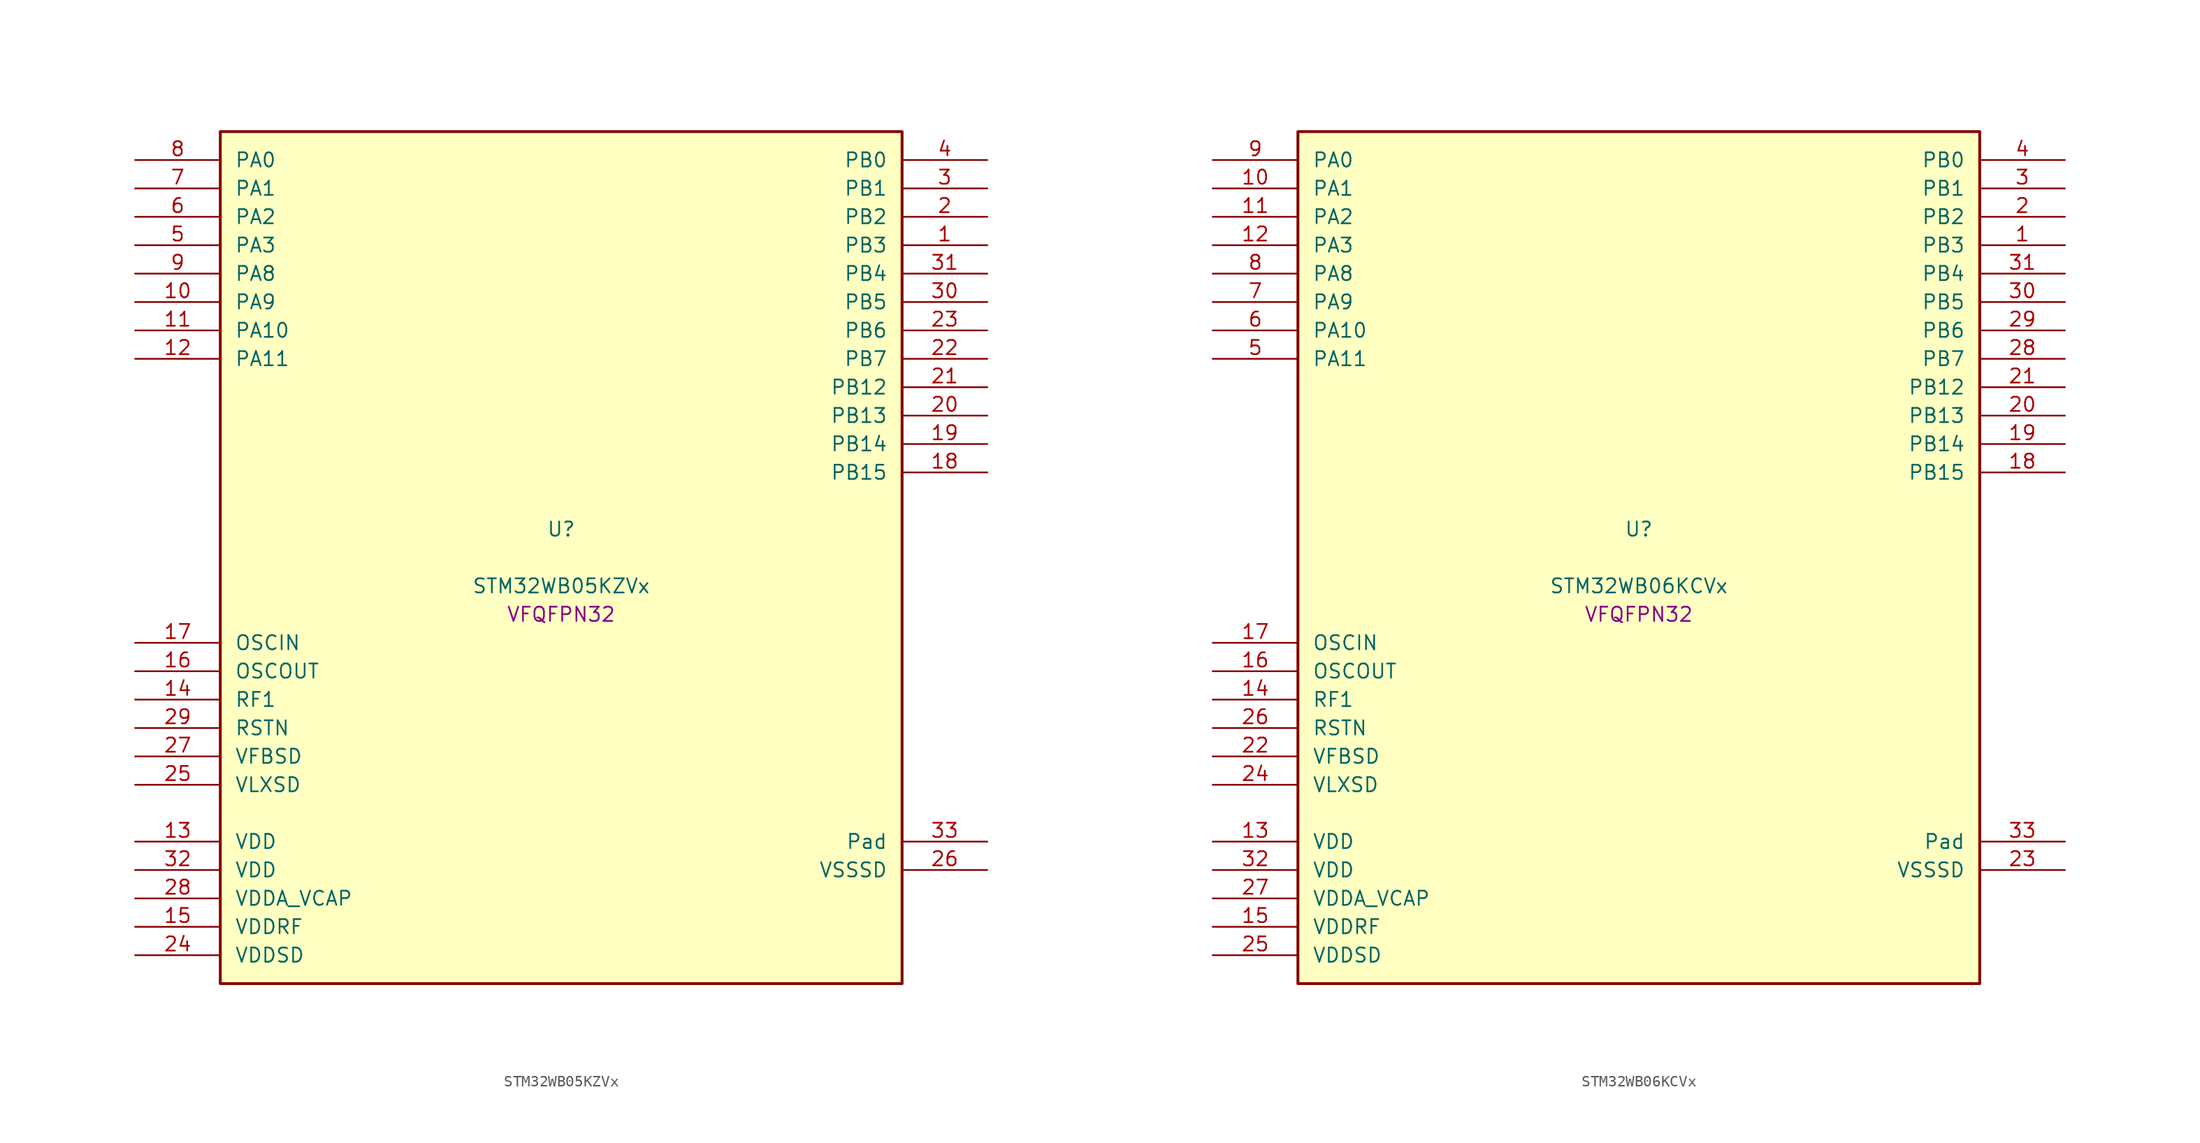
<source format=kicad_sym>
(kicad_symbol_lib
  (version 20241209)
  (generator "stm32_pkl_generator")
  (generator_version "1.0")
  (symbol "STM32WB05KZVx"
    (pin_names
      (offset 1.27))
    (property "Reference" "U"
      (at 0 2.54 0))
    (property "Value" "STM32WB05KZVx"
      (at 0 -2.54 0))
    (property "Footprint" "VFQFPN32"
      (at 0 -5.08 0))
    (symbol "STM32WB05KZVx_1_1"
      (rectangle (start -30.48 38.1) (end 30.48 -38.1) (stroke (width 0.254) (type solid)) (fill (type background)))
      (pin bidirectional line (at -38.1 35.56 0) (length 7.62) (name "PA0") (number "8") (alternate "PA0/I2C1_SCL" bidirectional line) (alternate "PA0/IR_OUT" bidirectional line) (alternate "PA0/PWR_WKUP12" bidirectional line) (alternate "PA0/TIM2_CH3" bidirectional line) (alternate "PA0/USART1_CTS" bidirectional line))
      (pin bidirectional line (at -38.1 33.02 0) (length 7.62) (name "PA1") (number "7") (alternate "PA1/I2C1_SDA" bidirectional line) (alternate "PA1/IR_OUT" bidirectional line) (alternate "PA1/PWR_WKUP13" bidirectional line) (alternate "PA1/TIM2_CH4" bidirectional line) (alternate "PA1/USART1_TX" bidirectional line))
      (pin bidirectional line (at -38.1 30.48 0) (length 7.62) (name "PA2") (number "6") (alternate "PA2/ADC1_VINM2" bidirectional line) (alternate "PA2/DEBUG_SWDIO" bidirectional line) (alternate "PA2/I2S3_MCK" bidirectional line) (alternate "PA2/PWR_WKUP14" bidirectional line) (alternate "PA2/TIM16_CH1" bidirectional line) (alternate "PA2/TIM2_CH1" bidirectional line) (alternate "PA2/USART1_CK" bidirectional line))
      (pin bidirectional line (at -38.1 27.94 0) (length 7.62) (name "PA3") (number "5") (alternate "PA3/ADC1_VINP2" bidirectional line) (alternate "PA3/DEBUG_SWCLK" bidirectional line) (alternate "PA3/I2S3_SCK" bidirectional line) (alternate "PA3/PWR_WKUP15" bidirectional line) (alternate "PA3/SPI3_SCK" bidirectional line) (alternate "PA3/TIM16_CH1N" bidirectional line) (alternate "PA3/TIM2_CH2" bidirectional line) (alternate "PA3/USART1_DE" bidirectional line) (alternate "PA3/USART1_RTS" bidirectional line))
      (pin bidirectional line (at -38.1 25.4 0) (length 7.62) (name "PA8") (number "9") (alternate "PA8/PWR_WKUP8" bidirectional line) (alternate "PA8/RADIO_RX_SEQUENCE" bidirectional line) (alternate "PA8/RTC_OUT" bidirectional line) (alternate "PA8/SPI3_MISO" bidirectional line) (alternate "PA8/TIM16_BK" bidirectional line) (alternate "PA8/TIM2_CH3" bidirectional line) (alternate "PA8/USART1_RX" bidirectional line))
      (pin bidirectional line (at -38.1 22.86 0) (length 7.62) (name "PA9") (number "10") (alternate "PA9/I2S3_WS" bidirectional line) (alternate "PA9/PWR_WKUP9" bidirectional line) (alternate "PA9/RTC_OUT" bidirectional line) (alternate "PA9/SPI3_NSS" bidirectional line) (alternate "PA9/TIM17_CH1" bidirectional line) (alternate "PA9/TIM2_CH4" bidirectional line) (alternate "PA9/USART1_TX" bidirectional line))
      (pin bidirectional line (at -38.1 20.32 0) (length 7.62) (name "PA10") (number "11") (alternate "PA10/I2S3_MCK" bidirectional line) (alternate "PA10/LPUART1_CTS" bidirectional line) (alternate "PA10/PWR_WKUP10" bidirectional line) (alternate "PA10/RADIO_TX_SEQUENCE" bidirectional line) (alternate "PA10/RCC_LCO" bidirectional line) (alternate "PA10/TIM17_CH1N" bidirectional line))
      (pin bidirectional line (at -38.1 17.78 0) (length 7.62) (name "PA11") (number "12") (alternate "PA11/I2S3_SD" bidirectional line) (alternate "PA11/PWR_WKUP11" bidirectional line) (alternate "PA11/RADIO_RX_SEQUENCE" bidirectional line) (alternate "PA11/RCC_MCO" bidirectional line) (alternate "PA11/SPI3_MOSI" bidirectional line) (alternate "PA11/TIM17_BK" bidirectional line))
      (pin bidirectional line (at 38.1 35.56 180) (length 7.62) (name "PB0") (number "4") (alternate "PB0/ADC1_VINM1" bidirectional line) (alternate "PB0/LPUART1_DE" bidirectional line) (alternate "PB0/LPUART1_RTS" bidirectional line) (alternate "PB0/PWR_WKUP0" bidirectional line) (alternate "PB0/RADIO_ANTENNA_ID_0" bidirectional line) (alternate "PB0/TIM16_CH1" bidirectional line) (alternate "PB0/USART1_RX" bidirectional line))
      (pin bidirectional line (at 38.1 33.02 180) (length 7.62) (name "PB1") (number "3") (alternate "PB1/ADC1_VINP1" bidirectional line) (alternate "PB1/PWR_WKUP1" bidirectional line) (alternate "PB1/RADIO_ANTENNA_ID_1" bidirectional line) (alternate "PB1/TIM16_CH1N" bidirectional line) (alternate "PB1/TIM2_ETR" bidirectional line) (alternate "PB1/USART1_CK" bidirectional line))
      (pin bidirectional line (at 38.1 30.48 180) (length 7.62) (name "PB2") (number "2") (alternate "PB2/ADC1_VINM0" bidirectional line) (alternate "PB2/PWR_WKUP2" bidirectional line) (alternate "PB2/RADIO_ANTENNA_ID_2" bidirectional line) (alternate "PB2/TIM16_BK" bidirectional line) (alternate "PB2/TIM2_CH3" bidirectional line) (alternate "PB2/USART1_DE" bidirectional line) (alternate "PB2/USART1_RTS" bidirectional line))
      (pin bidirectional line (at 38.1 27.94 180) (length 7.62) (name "PB3") (number "1") (alternate "PB3/ADC1_VINP0" bidirectional line) (alternate "PB3/I2S3_SCK" bidirectional line) (alternate "PB3/LPUART1_TX" bidirectional line) (alternate "PB3/PWR_WKUP3" bidirectional line) (alternate "PB3/RADIO_ANTENNA_ID_3" bidirectional line) (alternate "PB3/SPI3_SCK" bidirectional line) (alternate "PB3/TIM17_CH1" bidirectional line) (alternate "PB3/TIM2_CH4" bidirectional line) (alternate "PB3/USART1_CTS" bidirectional line))
      (pin bidirectional line (at 38.1 25.4 180) (length 7.62) (name "PB4") (number "31") (alternate "PB4/ADC1_VINM3" bidirectional line) (alternate "PB4/LPUART1_TX" bidirectional line) (alternate "PB4/PWR_WKUP4" bidirectional line) (alternate "PB4/RADIO_ANTENNA_ID_4" bidirectional line) (alternate "PB4/TIM17_CH1N" bidirectional line) (alternate "PB4/TIM2_CH1" bidirectional line))
      (pin bidirectional line (at 38.1 22.86 180) (length 7.62) (name "PB5") (number "30") (alternate "PB5/ADC1_VINP3" bidirectional line) (alternate "PB5/LPUART1_RX" bidirectional line) (alternate "PB5/PWR_WKUP5" bidirectional line) (alternate "PB5/RADIO_ANTENNA_ID_5" bidirectional line) (alternate "PB5/TIM17_BK" bidirectional line) (alternate "PB5/TIM2_CH2" bidirectional line))
      (pin bidirectional line (at 38.1 20.32 180) (length 7.62) (name "PB6") (number "23") (alternate "PB6/I2C1_SCL" bidirectional line) (alternate "PB6/LPUART1_TX" bidirectional line) (alternate "PB6/PWR_WKUP6" bidirectional line) (alternate "PB6/RADIO_ANTENNA_ID_6" bidirectional line) (alternate "PB6/TIM17_CH1" bidirectional line) (alternate "PB6/TIM2_CH1" bidirectional line))
      (pin bidirectional line (at 38.1 17.78 180) (length 7.62) (name "PB7") (number "22") (alternate "PB7/I2C1_SDA" bidirectional line) (alternate "PB7/LPUART1_RX" bidirectional line) (alternate "PB7/PWR_WKUP7" bidirectional line) (alternate "PB7/RADIO_ACTIVITY" bidirectional line) (alternate "PB7/TIM2_CH2" bidirectional line) (alternate "PB7/USART1_CTS" bidirectional line))
      (pin bidirectional line (at 38.1 15.24 180) (length 7.62) (name "PB12") (number "21") (alternate "PB12/LPUART1_CTS" bidirectional line) (alternate "PB12/PWR_WKUP16" bidirectional line) (alternate "PB12/RCC_LCO" bidirectional line) (alternate "PB12/RCC_OSC32_OUT" bidirectional line) (alternate "PB12/TIM2_CH3" bidirectional line))
      (pin bidirectional line (at 38.1 12.7 180) (length 7.62) (name "PB13") (number "20") (alternate "PB13/PWR_WKUP17" bidirectional line) (alternate "PB13/RCC_OSC32_IN" bidirectional line) (alternate "PB13/TIM2_CH4" bidirectional line))
      (pin bidirectional line (at 38.1 10.16 180) (length 7.62) (name "PB14") (number "19") (alternate "PB14/I2C1_SDA" bidirectional line) (alternate "PB14/PWR_PVD_IN" bidirectional line) (alternate "PB14/PWR_WKUP18" bidirectional line) (alternate "PB14/RADIO_TX_SEQUENCE" bidirectional line) (alternate "PB14/RCC_MCO" bidirectional line) (alternate "PB14/TIM2_ETR" bidirectional line) (alternate "PB14/USART1_RX" bidirectional line))
      (pin bidirectional line (at 38.1 7.62 180) (length 7.62) (name "PB15") (number "18") (alternate "PB15/PWR_WKUP19" bidirectional line) (alternate "PB15/USART1_TX" bidirectional line))
      (pin bidirectional line (at -38.1 -7.62 0) (length 7.62) (name "OSCIN") (number "17") (alternate "OSCIN/RCC_OSC_IN" bidirectional line))
      (pin bidirectional line (at -38.1 -10.16 0) (length 7.62) (name "OSCOUT") (number "16") (alternate "OSCOUT/RCC_OSC_OUT" bidirectional line))
      (pin bidirectional line (at -38.1 -12.7 0) (length 7.62) (name "RF1") (number "14") (alternate "RF1/RADIO_RF1" bidirectional line))
      (pin power_in line (at -38.1 -15.24 0) (length 7.62) (name "RSTN") (number "29"))
      (pin power_in line (at -38.1 -17.78 0) (length 7.62) (name "VFBSD") (number "27"))
      (pin power_in line (at -38.1 -20.32 0) (length 7.62) (name "VLXSD") (number "25"))
      (pin power_in line (at -38.1 -25.4 0) (length 7.62) (name "VDD") (number "13"))
      (pin power_in line (at -38.1 -27.94 0) (length 7.62) (name "VDD") (number "32"))
      (pin power_in line (at -38.1 -30.48 0) (length 7.62) (name "VDDA_VCAP") (number "28"))
      (pin power_in line (at -38.1 -33.02 0) (length 7.62) (name "VDDRF") (number "15"))
      (pin power_in line (at -38.1 -35.56 0) (length 7.62) (name "VDDSD") (number "24"))
      (pin passive line (at 38.1 -25.4 180) (length 7.62) (name "Pad") (number "33"))
      (pin power_in line (at 38.1 -27.94 180) (length 7.62) (name "VSSSD") (number "26"))))
  (symbol "STM32WB06KCVx"
    (pin_names
      (offset 1.27))
    (property "Reference" "U"
      (at 0 2.54 0))
    (property "Value" "STM32WB06KCVx"
      (at 0 -2.54 0))
    (property "Footprint" "VFQFPN32"
      (at 0 -5.08 0))
    (symbol "STM32WB06KCVx_1_1"
      (rectangle (start -30.48 38.1) (end 30.48 -38.1) (stroke (width 0.254) (type solid)) (fill (type background)))
      (pin bidirectional line (at -38.1 35.56 0) (length 7.62) (name "PA0") (number "9") (alternate "PA0/I2C1_SCL" bidirectional line) (alternate "PA0/I2S2_MCK" bidirectional line) (alternate "PA0/PWR_WKUP12" bidirectional line) (alternate "PA0/TIM1_CH3" bidirectional line) (alternate "PA0/USART1_CTS" bidirectional line))
      (pin bidirectional line (at -38.1 33.02 0) (length 7.62) (name "PA1") (number "10") (alternate "PA1/I2C1_SDA" bidirectional line) (alternate "PA1/PWR_WKUP13" bidirectional line) (alternate "PA1/SPI2_MISO" bidirectional line) (alternate "PA1/TIM1_CH4" bidirectional line) (alternate "PA1/USART1_TX" bidirectional line))
      (pin bidirectional line (at -38.1 30.48 0) (length 7.62) (name "PA2") (number "11") (alternate "PA2/DEBUG_SWDIO" bidirectional line) (alternate "PA2/I2S3_MCK" bidirectional line) (alternate "PA2/PWR_WKUP14" bidirectional line) (alternate "PA2/USART1_CK" bidirectional line))
      (pin bidirectional line (at -38.1 27.94 0) (length 7.62) (name "PA3") (number "12") (alternate "PA3/DEBUG_SWCLK" bidirectional line) (alternate "PA3/I2S3_SCK" bidirectional line) (alternate "PA3/PWR_WKUP15" bidirectional line) (alternate "PA3/SPI3_SCK" bidirectional line) (alternate "PA3/TIM1_BKIN2" bidirectional line) (alternate "PA3/USART1_DE" bidirectional line) (alternate "PA3/USART1_RTS" bidirectional line))
      (pin bidirectional line (at -38.1 25.4 0) (length 7.62) (name "PA8") (number "8") (alternate "PA8/PWR_WKUP8" bidirectional line) (alternate "PA8/PWR_WKUP20" bidirectional line) (alternate "PA8/RADIO_RX_SEQUENCE" bidirectional line) (alternate "PA8/RTC_OUT" bidirectional line) (alternate "PA8/SPI1_MOSI" bidirectional line) (alternate "PA8/SPI3_MISO" bidirectional line) (alternate "PA8/TIM1_CH3" bidirectional line) (alternate "PA8/USART1_RX" bidirectional line))
      (pin bidirectional line (at -38.1 22.86 0) (length 7.62) (name "PA9") (number "7") (alternate "PA9/I2S3_WS" bidirectional line) (alternate "PA9/PWR_WKUP9" bidirectional line) (alternate "PA9/PWR_WKUP21" bidirectional line) (alternate "PA9/RTC_OUT" bidirectional line) (alternate "PA9/SPI1_SCK" bidirectional line) (alternate "PA9/SPI3_NSS" bidirectional line) (alternate "PA9/TIM1_CH4" bidirectional line) (alternate "PA9/USART1_TX" bidirectional line))
      (pin bidirectional line (at -38.1 20.32 0) (length 7.62) (name "PA10") (number "6") (alternate "PA10/I2S3_MCK" bidirectional line) (alternate "PA10/PWR_WKUP10" bidirectional line) (alternate "PA10/PWR_WKUP22" bidirectional line) (alternate "PA10/RADIO_TX_SEQUENCE" bidirectional line) (alternate "PA10/RCC_LCO" bidirectional line) (alternate "PA10/SPI1_MISO" bidirectional line))
      (pin bidirectional line (at -38.1 17.78 0) (length 7.62) (name "PA11") (number "5") (alternate "PA11/I2S3_SD" bidirectional line) (alternate "PA11/PWR_WKUP11" bidirectional line) (alternate "PA11/PWR_WKUP23" bidirectional line) (alternate "PA11/RADIO_RX_SEQUENCE" bidirectional line) (alternate "PA11/RCC_MCO" bidirectional line) (alternate "PA11/RTC_OUT" bidirectional line) (alternate "PA11/SPI1_NSS" bidirectional line) (alternate "PA11/SPI3_MOSI" bidirectional line))
      (pin bidirectional line (at 38.1 35.56 180) (length 7.62) (name "PB0") (number "4") (alternate "PB0/ADC1_VINM1" bidirectional line) (alternate "PB0/LPUART1_DE" bidirectional line) (alternate "PB0/LPUART1_RTS" bidirectional line) (alternate "PB0/PWR_WKUP0" bidirectional line) (alternate "PB0/TIM1_CH2N" bidirectional line) (alternate "PB0/USART1_RX" bidirectional line))
      (pin bidirectional line (at 38.1 33.02 180) (length 7.62) (name "PB1") (number "3") (alternate "PB1/ADC1_PDM_CLK" bidirectional line) (alternate "PB1/ADC1_VINP1" bidirectional line) (alternate "PB1/PWR_WKUP1" bidirectional line) (alternate "PB1/SPI1_NSS" bidirectional line) (alternate "PB1/TIM1_ETR" bidirectional line))
      (pin bidirectional line (at 38.1 30.48 180) (length 7.62) (name "PB2") (number "2") (alternate "PB2/ADC1_PDM_DATA" bidirectional line) (alternate "PB2/ADC1_PGA_CAP0" bidirectional line) (alternate "PB2/ADC1_VINM0" bidirectional line) (alternate "PB2/PWR_WKUP2" bidirectional line) (alternate "PB2/TIM1_CH3" bidirectional line) (alternate "PB2/USART1_DE" bidirectional line) (alternate "PB2/USART1_RTS" bidirectional line))
      (pin bidirectional line (at 38.1 27.94 180) (length 7.62) (name "PB3") (number "1") (alternate "PB3/ADC1_PGA_CAP1" bidirectional line) (alternate "PB3/ADC1_VINP0" bidirectional line) (alternate "PB3/LPUART1_TX" bidirectional line) (alternate "PB3/PWR_WKUP3" bidirectional line) (alternate "PB3/TIM1_CH4" bidirectional line) (alternate "PB3/USART1_CTS" bidirectional line))
      (pin bidirectional line (at 38.1 25.4 180) (length 7.62) (name "PB4") (number "31") (alternate "PB4/ADC1_PDM_DATA" bidirectional line) (alternate "PB4/ADC1_PGA_VIN" bidirectional line) (alternate "PB4/LPUART1_TX" bidirectional line) (alternate "PB4/PWR_WKUP4" bidirectional line) (alternate "PB4/SPI2_MISO" bidirectional line))
      (pin bidirectional line (at 38.1 22.86 180) (length 7.62) (name "PB5") (number "30") (alternate "PB5/ADC1_PDM_CLK" bidirectional line) (alternate "PB5/ADC1_PGA_VBIAS_MIC" bidirectional line) (alternate "PB5/I2S2_SD" bidirectional line) (alternate "PB5/LPUART1_RX" bidirectional line) (alternate "PB5/PWR_WKUP5" bidirectional line) (alternate "PB5/SPI2_MOSI" bidirectional line))
      (pin bidirectional line (at 38.1 20.32 180) (length 7.62) (name "PB6") (number "29") (alternate "PB6/I2C2_SCL" bidirectional line) (alternate "PB6/I2S2_WS" bidirectional line) (alternate "PB6/LPUART1_TX" bidirectional line) (alternate "PB6/PWR_WKUP6" bidirectional line) (alternate "PB6/SPI2_NSS" bidirectional line) (alternate "PB6/TIM1_CH1" bidirectional line))
      (pin bidirectional line (at 38.1 17.78 180) (length 7.62) (name "PB7") (number "28") (alternate "PB7/I2C2_SDA" bidirectional line) (alternate "PB7/I2S2_SCK" bidirectional line) (alternate "PB7/LPUART1_RX" bidirectional line) (alternate "PB7/PWR_WKUP7" bidirectional line) (alternate "PB7/SPI2_SCK" bidirectional line) (alternate "PB7/TIM1_CH2" bidirectional line))
      (pin bidirectional line (at 38.1 15.24 180) (length 7.62) (name "PB12") (number "21") (alternate "PB12/ADC1_PDM_DATA" bidirectional line) (alternate "PB12/RCC_LCO" bidirectional line) (alternate "PB12/RCC_OSC32_OUT" bidirectional line) (alternate "PB12/SPI1_SCK" bidirectional line) (alternate "PB12/TIM1_CH3" bidirectional line))
      (pin bidirectional line (at 38.1 12.7 180) (length 7.62) (name "PB13") (number "20") (alternate "PB13/ADC1_PDM_CLK" bidirectional line) (alternate "PB13/I2C2_SCL" bidirectional line) (alternate "PB13/RCC_OSC32_IN" bidirectional line) (alternate "PB13/SPI1_MISO" bidirectional line) (alternate "PB13/TIM1_BKIN2" bidirectional line) (alternate "PB13/TIM1_CH4" bidirectional line))
      (pin bidirectional line (at 38.1 10.16 180) (length 7.62) (name "PB14") (number "19") (alternate "PB14/I2C2_SDA" bidirectional line) (alternate "PB14/PWR_PVD_IN" bidirectional line) (alternate "PB14/SPI1_MOSI" bidirectional line) (alternate "PB14/TIM1_CH3N" bidirectional line) (alternate "PB14/TIM1_ETR" bidirectional line) (alternate "PB14/USART1_RX" bidirectional line))
      (pin bidirectional line (at 38.1 7.62 180) (length 7.62) (name "PB15") (number "18") (alternate "PB15/I2C1_SMBA" bidirectional line) (alternate "PB15/RADIO_TX_SEQUENCE" bidirectional line) (alternate "PB15/RCC_MCO" bidirectional line) (alternate "PB15/USART1_TX" bidirectional line))
      (pin bidirectional line (at -38.1 -7.62 0) (length 7.62) (name "OSCIN") (number "17") (alternate "OSCIN/RCC_OSC_IN" bidirectional line))
      (pin bidirectional line (at -38.1 -10.16 0) (length 7.62) (name "OSCOUT") (number "16") (alternate "OSCOUT/RCC_OSC_OUT" bidirectional line))
      (pin bidirectional line (at -38.1 -12.7 0) (length 7.62) (name "RF1") (number "14") (alternate "RF1/RADIO_RF1" bidirectional line))
      (pin power_in line (at -38.1 -15.24 0) (length 7.62) (name "RSTN") (number "26"))
      (pin power_in line (at -38.1 -17.78 0) (length 7.62) (name "VFBSD") (number "22"))
      (pin power_in line (at -38.1 -20.32 0) (length 7.62) (name "VLXSD") (number "24"))
      (pin power_in line (at -38.1 -25.4 0) (length 7.62) (name "VDD") (number "13"))
      (pin power_in line (at -38.1 -27.94 0) (length 7.62) (name "VDD") (number "32"))
      (pin power_in line (at -38.1 -30.48 0) (length 7.62) (name "VDDA_VCAP") (number "27"))
      (pin power_in line (at -38.1 -33.02 0) (length 7.62) (name "VDDRF") (number "15"))
      (pin power_in line (at -38.1 -35.56 0) (length 7.62) (name "VDDSD") (number "25"))
      (pin passive line (at 38.1 -25.4 180) (length 7.62) (name "Pad") (number "33"))
      (pin power_in line (at 38.1 -27.94 180) (length 7.62) (name "VSSSD") (number "23")))))
</source>
